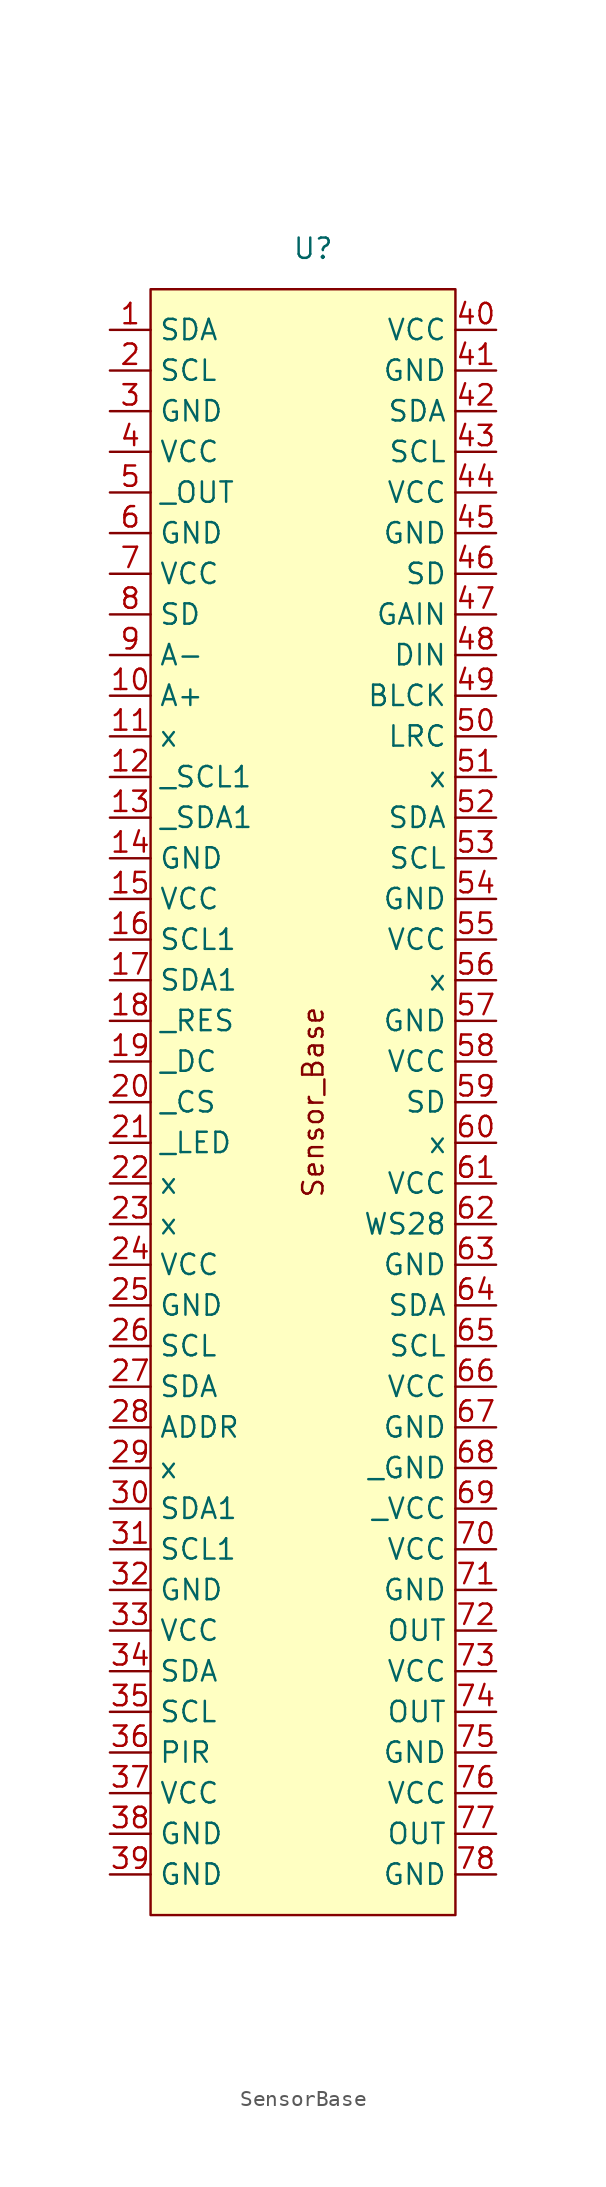
<source format=kicad_sym>
(kicad_symbol_lib
  (version 20220914)
  (generator kicad_symbol_editor)
  (symbol "SensorBase"
    (property "Reference" "U"
      (at 0 0 0)
      (effects (font (size 1.27 1.27))))
    (property "Value" ""
      (at 0 0 0)
      (effects (font (size 1.27 1.27))))
    (symbol "SensorBase_1_1"
      (rectangle (start -10.16 -2.54) (end 8.89 -104.14) (stroke (width 0) (type default)) (fill (type background)))
      (text "Sensor_Base\n" (at 0 -53.34 900) (effects (font (size 1.27 1.27))))
      (pin bidirectional line (at -12.7 -5.08 0) (length 2.54) (name "SDA" (effects (font (size 1.27 1.27)))) (number "1" (effects (font (size 1.27 1.27)))))
      (pin bidirectional line (at -12.7 -27.94 0) (length 2.54) (name "A+" (effects (font (size 1.27 1.27)))) (number "10" (effects (font (size 1.27 1.27)))))
      (pin bidirectional line (at -12.7 -30.48 0) (length 2.54) (name "x" (effects (font (size 1.27 1.27)))) (number "11" (effects (font (size 1.27 1.27)))))
      (pin bidirectional line (at -12.7 -33.02 0) (length 2.54) (name "_SCL1" (effects (font (size 1.27 1.27)))) (number "12" (effects (font (size 1.27 1.27)))))
      (pin bidirectional line (at -12.7 -35.56 0) (length 2.54) (name "_SDA1" (effects (font (size 1.27 1.27)))) (number "13" (effects (font (size 1.27 1.27)))))
      (pin bidirectional line (at -12.7 -38.1 0) (length 2.54) (name "GND" (effects (font (size 1.27 1.27)))) (number "14" (effects (font (size 1.27 1.27)))))
      (pin bidirectional line (at -12.7 -40.64 0) (length 2.54) (name "VCC" (effects (font (size 1.27 1.27)))) (number "15" (effects (font (size 1.27 1.27)))))
      (pin bidirectional line (at -12.7 -43.18 0) (length 2.54) (name "SCL1" (effects (font (size 1.27 1.27)))) (number "16" (effects (font (size 1.27 1.27)))))
      (pin bidirectional line (at -12.7 -45.72 0) (length 2.54) (name "SDA1" (effects (font (size 1.27 1.27)))) (number "17" (effects (font (size 1.27 1.27)))))
      (pin bidirectional line (at -12.7 -48.26 0) (length 2.54) (name "_RES" (effects (font (size 1.27 1.27)))) (number "18" (effects (font (size 1.27 1.27)))))
      (pin bidirectional line (at -12.7 -50.8 0) (length 2.54) (name "_DC" (effects (font (size 1.27 1.27)))) (number "19" (effects (font (size 1.27 1.27)))))
      (pin bidirectional line (at -12.7 -7.62 0) (length 2.54) (name "SCL" (effects (font (size 1.27 1.27)))) (number "2" (effects (font (size 1.27 1.27)))))
      (pin bidirectional line (at -12.7 -53.34 0) (length 2.54) (name "_CS" (effects (font (size 1.27 1.27)))) (number "20" (effects (font (size 1.27 1.27)))))
      (pin bidirectional line (at -12.7 -55.88 0) (length 2.54) (name "_LED" (effects (font (size 1.27 1.27)))) (number "21" (effects (font (size 1.27 1.27)))))
      (pin bidirectional line (at -12.7 -58.42 0) (length 2.54) (name "x" (effects (font (size 1.27 1.27)))) (number "22" (effects (font (size 1.27 1.27)))))
      (pin bidirectional line (at -12.7 -60.96 0) (length 2.54) (name "x" (effects (font (size 1.27 1.27)))) (number "23" (effects (font (size 1.27 1.27)))))
      (pin bidirectional line (at -12.7 -63.5 0) (length 2.54) (name "VCC" (effects (font (size 1.27 1.27)))) (number "24" (effects (font (size 1.27 1.27)))))
      (pin bidirectional line (at -12.7 -66.04 0) (length 2.54) (name "GND" (effects (font (size 1.27 1.27)))) (number "25" (effects (font (size 1.27 1.27)))))
      (pin bidirectional line (at -12.7 -68.58 0) (length 2.54) (name "SCL" (effects (font (size 1.27 1.27)))) (number "26" (effects (font (size 1.27 1.27)))))
      (pin bidirectional line (at -12.7 -71.12 0) (length 2.54) (name "SDA" (effects (font (size 1.27 1.27)))) (number "27" (effects (font (size 1.27 1.27)))))
      (pin bidirectional line (at -12.7 -73.66 0) (length 2.54) (name "ADDR" (effects (font (size 1.27 1.27)))) (number "28" (effects (font (size 1.27 1.27)))))
      (pin bidirectional line (at -12.7 -76.2 0) (length 2.54) (name "x" (effects (font (size 1.27 1.27)))) (number "29" (effects (font (size 1.27 1.27)))))
      (pin bidirectional line (at -12.7 -10.16 0) (length 2.54) (name "GND" (effects (font (size 1.27 1.27)))) (number "3" (effects (font (size 1.27 1.27)))))
      (pin bidirectional line (at -12.7 -78.74 0) (length 2.54) (name "SDA1" (effects (font (size 1.27 1.27)))) (number "30" (effects (font (size 1.27 1.27)))))
      (pin bidirectional line (at -12.7 -81.28 0) (length 2.54) (name "SCL1" (effects (font (size 1.27 1.27)))) (number "31" (effects (font (size 1.27 1.27)))))
      (pin bidirectional line (at -12.7 -83.82 0) (length 2.54) (name "GND" (effects (font (size 1.27 1.27)))) (number "32" (effects (font (size 1.27 1.27)))))
      (pin bidirectional line (at -12.7 -86.36 0) (length 2.54) (name "VCC" (effects (font (size 1.27 1.27)))) (number "33" (effects (font (size 1.27 1.27)))))
      (pin bidirectional line (at -12.7 -88.9 0) (length 2.54) (name "SDA" (effects (font (size 1.27 1.27)))) (number "34" (effects (font (size 1.27 1.27)))))
      (pin bidirectional line (at -12.7 -91.44 0) (length 2.54) (name "SCL" (effects (font (size 1.27 1.27)))) (number "35" (effects (font (size 1.27 1.27)))))
      (pin bidirectional line (at -12.7 -93.98 0) (length 2.54) (name "PIR" (effects (font (size 1.27 1.27)))) (number "36" (effects (font (size 1.27 1.27)))))
      (pin bidirectional line (at -12.7 -96.52 0) (length 2.54) (name "VCC" (effects (font (size 1.27 1.27)))) (number "37" (effects (font (size 1.27 1.27)))))
      (pin bidirectional line (at -12.7 -99.06 0) (length 2.54) (name "GND" (effects (font (size 1.27 1.27)))) (number "38" (effects (font (size 1.27 1.27)))))
      (pin bidirectional line (at -12.7 -101.6 0) (length 2.54) (name "GND" (effects (font (size 1.27 1.27)))) (number "39" (effects (font (size 1.27 1.27)))))
      (pin bidirectional line (at -12.7 -12.7 0) (length 2.54) (name "VCC" (effects (font (size 1.27 1.27)))) (number "4" (effects (font (size 1.27 1.27)))))
      (pin bidirectional line (at 11.43 -5.08 180) (length 2.54) (name "VCC" (effects (font (size 1.27 1.27)))) (number "40" (effects (font (size 1.27 1.27)))))
      (pin bidirectional line (at 11.43 -7.62 180) (length 2.54) (name "GND" (effects (font (size 1.27 1.27)))) (number "41" (effects (font (size 1.27 1.27)))))
      (pin bidirectional line (at 11.43 -10.16 180) (length 2.54) (name "SDA" (effects (font (size 1.27 1.27)))) (number "42" (effects (font (size 1.27 1.27)))))
      (pin bidirectional line (at 11.43 -12.7 180) (length 2.54) (name "SCL" (effects (font (size 1.27 1.27)))) (number "43" (effects (font (size 1.27 1.27)))))
      (pin bidirectional line (at 11.43 -15.24 180) (length 2.54) (name "VCC" (effects (font (size 1.27 1.27)))) (number "44" (effects (font (size 1.27 1.27)))))
      (pin bidirectional line (at 11.43 -17.78 180) (length 2.54) (name "GND" (effects (font (size 1.27 1.27)))) (number "45" (effects (font (size 1.27 1.27)))))
      (pin bidirectional line (at 11.43 -20.32 180) (length 2.54) (name "SD" (effects (font (size 1.27 1.27)))) (number "46" (effects (font (size 1.27 1.27)))))
      (pin bidirectional line (at 11.43 -22.86 180) (length 2.54) (name "GAIN" (effects (font (size 1.27 1.27)))) (number "47" (effects (font (size 1.27 1.27)))))
      (pin bidirectional line (at 11.43 -25.4 180) (length 2.54) (name "DIN" (effects (font (size 1.27 1.27)))) (number "48" (effects (font (size 1.27 1.27)))))
      (pin bidirectional line (at 11.43 -27.94 180) (length 2.54) (name "BLCK" (effects (font (size 1.27 1.27)))) (number "49" (effects (font (size 1.27 1.27)))))
      (pin bidirectional line (at -12.7 -15.24 0) (length 2.54) (name "_OUT" (effects (font (size 1.27 1.27)))) (number "5" (effects (font (size 1.27 1.27)))))
      (pin bidirectional line (at 11.43 -30.48 180) (length 2.54) (name "LRC" (effects (font (size 1.27 1.27)))) (number "50" (effects (font (size 1.27 1.27)))))
      (pin bidirectional line (at 11.43 -33.02 180) (length 2.54) (name "x" (effects (font (size 1.27 1.27)))) (number "51" (effects (font (size 1.27 1.27)))))
      (pin bidirectional line (at 11.43 -35.56 180) (length 2.54) (name "SDA" (effects (font (size 1.27 1.27)))) (number "52" (effects (font (size 1.27 1.27)))))
      (pin bidirectional line (at 11.43 -38.1 180) (length 2.54) (name "SCL" (effects (font (size 1.27 1.27)))) (number "53" (effects (font (size 1.27 1.27)))))
      (pin bidirectional line (at 11.43 -40.64 180) (length 2.54) (name "GND" (effects (font (size 1.27 1.27)))) (number "54" (effects (font (size 1.27 1.27)))))
      (pin bidirectional line (at 11.43 -43.18 180) (length 2.54) (name "VCC" (effects (font (size 1.27 1.27)))) (number "55" (effects (font (size 1.27 1.27)))))
      (pin bidirectional line (at 11.43 -45.72 180) (length 2.54) (name "x" (effects (font (size 1.27 1.27)))) (number "56" (effects (font (size 1.27 1.27)))))
      (pin bidirectional line (at 11.43 -48.26 180) (length 2.54) (name "GND" (effects (font (size 1.27 1.27)))) (number "57" (effects (font (size 1.27 1.27)))))
      (pin bidirectional line (at 11.43 -50.8 180) (length 2.54) (name "VCC" (effects (font (size 1.27 1.27)))) (number "58" (effects (font (size 1.27 1.27)))))
      (pin bidirectional line (at 11.43 -53.34 180) (length 2.54) (name "SD" (effects (font (size 1.27 1.27)))) (number "59" (effects (font (size 1.27 1.27)))))
      (pin bidirectional line (at -12.7 -17.78 0) (length 2.54) (name "GND" (effects (font (size 1.27 1.27)))) (number "6" (effects (font (size 1.27 1.27)))))
      (pin bidirectional line (at 11.43 -55.88 180) (length 2.54) (name "x" (effects (font (size 1.27 1.27)))) (number "60" (effects (font (size 1.27 1.27)))))
      (pin bidirectional line (at 11.43 -58.42 180) (length 2.54) (name "VCC" (effects (font (size 1.27 1.27)))) (number "61" (effects (font (size 1.27 1.27)))))
      (pin bidirectional line (at 11.43 -60.96 180) (length 2.54) (name "WS28" (effects (font (size 1.27 1.27)))) (number "62" (effects (font (size 1.27 1.27)))))
      (pin bidirectional line (at 11.43 -63.5 180) (length 2.54) (name "GND" (effects (font (size 1.27 1.27)))) (number "63" (effects (font (size 1.27 1.27)))))
      (pin bidirectional line (at 11.43 -66.04 180) (length 2.54) (name "SDA" (effects (font (size 1.27 1.27)))) (number "64" (effects (font (size 1.27 1.27)))))
      (pin bidirectional line (at 11.43 -68.58 180) (length 2.54) (name "SCL" (effects (font (size 1.27 1.27)))) (number "65" (effects (font (size 1.27 1.27)))))
      (pin bidirectional line (at 11.43 -71.12 180) (length 2.54) (name "VCC" (effects (font (size 1.27 1.27)))) (number "66" (effects (font (size 1.27 1.27)))))
      (pin bidirectional line (at 11.43 -73.66 180) (length 2.54) (name "GND" (effects (font (size 1.27 1.27)))) (number "67" (effects (font (size 1.27 1.27)))))
      (pin bidirectional line (at 11.43 -76.2 180) (length 2.54) (name "_GND" (effects (font (size 1.27 1.27)))) (number "68" (effects (font (size 1.27 1.27)))))
      (pin bidirectional line (at 11.43 -78.74 180) (length 2.54) (name "_VCC" (effects (font (size 1.27 1.27)))) (number "69" (effects (font (size 1.27 1.27)))))
      (pin bidirectional line (at -12.7 -20.32 0) (length 2.54) (name "VCC" (effects (font (size 1.27 1.27)))) (number "7" (effects (font (size 1.27 1.27)))))
      (pin bidirectional line (at 11.43 -81.28 180) (length 2.54) (name "VCC" (effects (font (size 1.27 1.27)))) (number "70" (effects (font (size 1.27 1.27)))))
      (pin bidirectional line (at 11.43 -83.82 180) (length 2.54) (name "GND" (effects (font (size 1.27 1.27)))) (number "71" (effects (font (size 1.27 1.27)))))
      (pin bidirectional line (at 11.43 -86.36 180) (length 2.54) (name "OUT" (effects (font (size 1.27 1.27)))) (number "72" (effects (font (size 1.27 1.27)))))
      (pin bidirectional line (at 11.43 -88.9 180) (length 2.54) (name "VCC" (effects (font (size 1.27 1.27)))) (number "73" (effects (font (size 1.27 1.27)))))
      (pin bidirectional line (at 11.43 -91.44 180) (length 2.54) (name "OUT" (effects (font (size 1.27 1.27)))) (number "74" (effects (font (size 1.27 1.27)))))
      (pin bidirectional line (at 11.43 -93.98 180) (length 2.54) (name "GND" (effects (font (size 1.27 1.27)))) (number "75" (effects (font (size 1.27 1.27)))))
      (pin bidirectional line (at 11.43 -96.52 180) (length 2.54) (name "VCC" (effects (font (size 1.27 1.27)))) (number "76" (effects (font (size 1.27 1.27)))))
      (pin bidirectional line (at 11.43 -99.06 180) (length 2.54) (name "OUT" (effects (font (size 1.27 1.27)))) (number "77" (effects (font (size 1.27 1.27)))))
      (pin bidirectional line (at 11.43 -101.6 180) (length 2.54) (name "GND" (effects (font (size 1.27 1.27)))) (number "78" (effects (font (size 1.27 1.27)))))
      (pin bidirectional line (at -12.7 -22.86 0) (length 2.54) (name "SD" (effects (font (size 1.27 1.27)))) (number "8" (effects (font (size 1.27 1.27)))))
      (pin bidirectional line (at -12.7 -25.4 0) (length 2.54) (name "A-" (effects (font (size 1.27 1.27)))) (number "9" (effects (font (size 1.27 1.27))))))))
</source>
